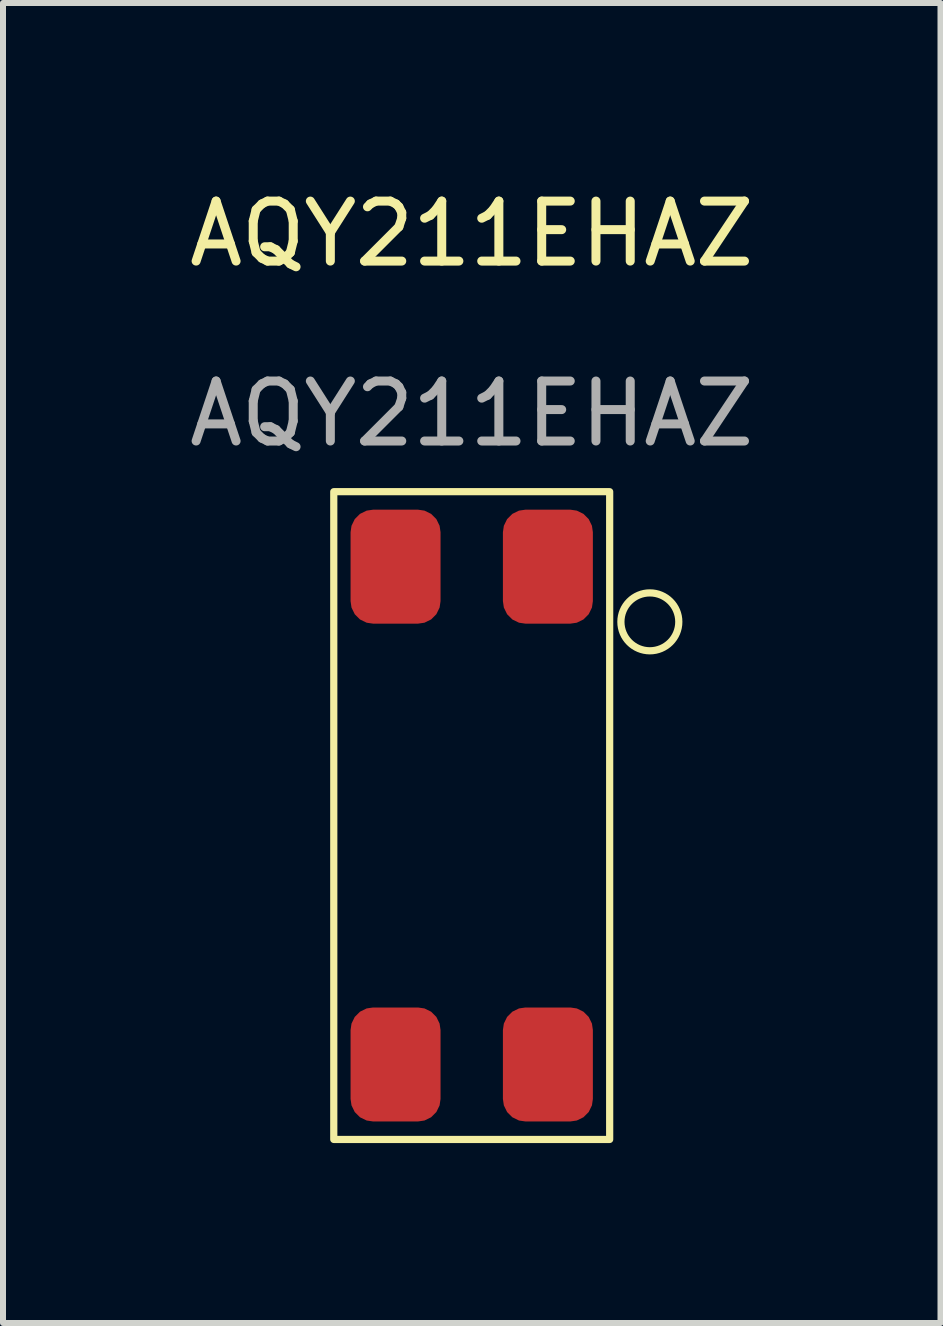
<source format=kicad_pcb>
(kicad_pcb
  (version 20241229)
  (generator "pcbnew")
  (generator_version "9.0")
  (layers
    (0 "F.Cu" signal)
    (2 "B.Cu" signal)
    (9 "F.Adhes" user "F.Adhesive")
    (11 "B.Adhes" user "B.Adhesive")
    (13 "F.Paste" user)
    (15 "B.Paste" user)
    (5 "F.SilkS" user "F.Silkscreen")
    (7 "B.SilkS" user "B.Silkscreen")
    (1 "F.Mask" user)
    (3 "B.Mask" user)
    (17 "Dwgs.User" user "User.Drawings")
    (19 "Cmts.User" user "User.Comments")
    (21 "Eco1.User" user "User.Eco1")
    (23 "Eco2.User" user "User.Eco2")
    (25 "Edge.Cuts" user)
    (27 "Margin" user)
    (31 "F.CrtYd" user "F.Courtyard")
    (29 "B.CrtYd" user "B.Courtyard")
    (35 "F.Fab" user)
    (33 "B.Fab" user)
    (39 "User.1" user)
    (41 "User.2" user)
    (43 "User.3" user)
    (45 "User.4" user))
  (footprint "AQY211EHAZ"
    (layer "F.Cu")
    (at 4.815 10.548)
    (property "Reference" "AQY211EHAZ" (at 0 -9.7 0) (unlocked yes) (layer "F.SilkS") (effects (font (size 1 1) (thickness 0.15))))
    (attr smd)
    (fp_rect (start -2.3 -5.4) (end 2.3 5.4) (stroke (width 0.12) (type default)) (fill no) (layer "F.SilkS"))
    (fp_circle (center 2.97 -3.23) (end 2.66 -3.6) (stroke (width 0.12) (type default)) (fill no) (layer "F.SilkS"))
    (fp_text user "${REFERENCE}" (at 0 -6.7 0) (unlocked yes) (layer "F.Fab") (effects (font (size 1 1) (thickness 0.15))))
    (pad "1" smd roundrect (at 1.27 -4.15 90) (size 1.9 1.5) (layers "F.Cu" "F.Mask" "F.Paste") (roundrect_rratio 0.25))
    (pad "2" smd roundrect (at -1.27 -4.15 90) (size 1.9 1.5) (layers "F.Cu" "F.Mask" "F.Paste") (roundrect_rratio 0.25))
    (pad "3" smd roundrect (at -1.27 4.15 90) (size 1.9 1.5) (layers "F.Cu" "F.Mask" "F.Paste") (roundrect_rratio 0.25))
    (pad "4" smd roundrect (at 1.27 4.15 90) (size 1.9 1.5) (layers "F.Cu" "F.Mask" "F.Paste") (roundrect_rratio 0.25)))
  (gr_rect
    (start -3 -3)
    (end 12.631 19.008)
    (stroke (width 0.1) (type default))
    (fill no)
    (layer "Edge.Cuts")))
</source>
